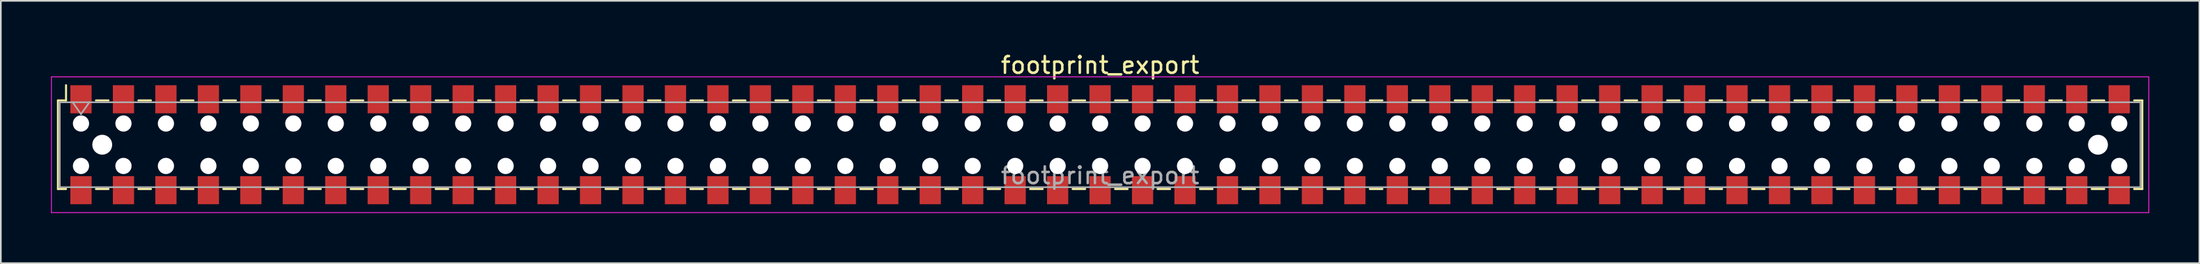
<source format=kicad_pcb>
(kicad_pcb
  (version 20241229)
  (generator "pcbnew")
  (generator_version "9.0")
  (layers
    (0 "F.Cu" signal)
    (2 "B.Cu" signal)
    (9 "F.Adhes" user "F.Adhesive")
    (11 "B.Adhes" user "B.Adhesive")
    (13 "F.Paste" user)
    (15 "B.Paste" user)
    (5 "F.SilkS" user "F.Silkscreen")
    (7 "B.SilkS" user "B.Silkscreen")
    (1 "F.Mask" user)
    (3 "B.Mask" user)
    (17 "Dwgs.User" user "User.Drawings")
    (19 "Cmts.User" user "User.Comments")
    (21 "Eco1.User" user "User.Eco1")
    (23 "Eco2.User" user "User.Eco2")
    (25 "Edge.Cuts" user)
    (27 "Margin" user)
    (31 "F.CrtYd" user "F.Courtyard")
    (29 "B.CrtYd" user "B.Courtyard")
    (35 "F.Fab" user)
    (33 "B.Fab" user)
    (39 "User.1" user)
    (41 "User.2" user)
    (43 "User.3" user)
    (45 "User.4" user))
  (footprint "footprint_export"
    (layer "F.Cu")
    (at 62.755 5.608)
    (property "Reference" "footprint_export" (at 0 -4.76 0) (layer "F.SilkS") (effects (font (size 1 1) (thickness 0.15))))
    (attr smd)
    (fp_line (start -62.34 -2.65) (end -62.34 2.65) (stroke (width 0.12) (type solid)) (layer "F.SilkS"))
    (fp_line (start -62.34 2.65) (end -61.855 2.65) (stroke (width 0.12) (type solid)) (layer "F.SilkS"))
    (fp_line (start -61.855 -3.56) (end -61.855 -2.65) (stroke (width 0.12) (type solid)) (layer "F.SilkS"))
    (fp_line (start -61.855 -2.65) (end -62.34 -2.65) (stroke (width 0.12) (type solid)) (layer "F.SilkS"))
    (fp_line (start -60.065 -2.65) (end -59.315 -2.65) (stroke (width 0.12) (type solid)) (layer "F.SilkS"))
    (fp_line (start -60.065 2.65) (end -59.315 2.65) (stroke (width 0.12) (type solid)) (layer "F.SilkS"))
    (fp_line (start -57.525 -2.65) (end -56.775 -2.65) (stroke (width 0.12) (type solid)) (layer "F.SilkS"))
    (fp_line (start -57.525 2.65) (end -56.775 2.65) (stroke (width 0.12) (type solid)) (layer "F.SilkS"))
    (fp_line (start -54.985 -2.65) (end -54.235 -2.65) (stroke (width 0.12) (type solid)) (layer "F.SilkS"))
    (fp_line (start -54.985 2.65) (end -54.235 2.65) (stroke (width 0.12) (type solid)) (layer "F.SilkS"))
    (fp_line (start -52.445 -2.65) (end -51.695 -2.65) (stroke (width 0.12) (type solid)) (layer "F.SilkS"))
    (fp_line (start -52.445 2.65) (end -51.695 2.65) (stroke (width 0.12) (type solid)) (layer "F.SilkS"))
    (fp_line (start -49.905 -2.65) (end -49.155 -2.65) (stroke (width 0.12) (type solid)) (layer "F.SilkS"))
    (fp_line (start -49.905 2.65) (end -49.155 2.65) (stroke (width 0.12) (type solid)) (layer "F.SilkS"))
    (fp_line (start -47.365 -2.65) (end -46.615 -2.65) (stroke (width 0.12) (type solid)) (layer "F.SilkS"))
    (fp_line (start -47.365 2.65) (end -46.615 2.65) (stroke (width 0.12) (type solid)) (layer "F.SilkS"))
    (fp_line (start -44.825 -2.65) (end -44.075 -2.65) (stroke (width 0.12) (type solid)) (layer "F.SilkS"))
    (fp_line (start -44.825 2.65) (end -44.075 2.65) (stroke (width 0.12) (type solid)) (layer "F.SilkS"))
    (fp_line (start -42.285 -2.65) (end -41.535 -2.65) (stroke (width 0.12) (type solid)) (layer "F.SilkS"))
    (fp_line (start -42.285 2.65) (end -41.535 2.65) (stroke (width 0.12) (type solid)) (layer "F.SilkS"))
    (fp_line (start -39.745 -2.65) (end -38.995 -2.65) (stroke (width 0.12) (type solid)) (layer "F.SilkS"))
    (fp_line (start -39.745 2.65) (end -38.995 2.65) (stroke (width 0.12) (type solid)) (layer "F.SilkS"))
    (fp_line (start -37.205 -2.65) (end -36.455 -2.65) (stroke (width 0.12) (type solid)) (layer "F.SilkS"))
    (fp_line (start -37.205 2.65) (end -36.455 2.65) (stroke (width 0.12) (type solid)) (layer "F.SilkS"))
    (fp_line (start -34.665 -2.65) (end -33.915 -2.65) (stroke (width 0.12) (type solid)) (layer "F.SilkS"))
    (fp_line (start -34.665 2.65) (end -33.915 2.65) (stroke (width 0.12) (type solid)) (layer "F.SilkS"))
    (fp_line (start -32.125 -2.65) (end -31.375 -2.65) (stroke (width 0.12) (type solid)) (layer "F.SilkS"))
    (fp_line (start -32.125 2.65) (end -31.375 2.65) (stroke (width 0.12) (type solid)) (layer "F.SilkS"))
    (fp_line (start -29.585 -2.65) (end -28.835 -2.65) (stroke (width 0.12) (type solid)) (layer "F.SilkS"))
    (fp_line (start -29.585 2.65) (end -28.835 2.65) (stroke (width 0.12) (type solid)) (layer "F.SilkS"))
    (fp_line (start -27.045 -2.65) (end -26.295 -2.65) (stroke (width 0.12) (type solid)) (layer "F.SilkS"))
    (fp_line (start -27.045 2.65) (end -26.295 2.65) (stroke (width 0.12) (type solid)) (layer "F.SilkS"))
    (fp_line (start -24.505 -2.65) (end -23.755 -2.65) (stroke (width 0.12) (type solid)) (layer "F.SilkS"))
    (fp_line (start -24.505 2.65) (end -23.755 2.65) (stroke (width 0.12) (type solid)) (layer "F.SilkS"))
    (fp_line (start -21.965 -2.65) (end -21.215 -2.65) (stroke (width 0.12) (type solid)) (layer "F.SilkS"))
    (fp_line (start -21.965 2.65) (end -21.215 2.65) (stroke (width 0.12) (type solid)) (layer "F.SilkS"))
    (fp_line (start -19.425 -2.65) (end -18.675 -2.65) (stroke (width 0.12) (type solid)) (layer "F.SilkS"))
    (fp_line (start -19.425 2.65) (end -18.675 2.65) (stroke (width 0.12) (type solid)) (layer "F.SilkS"))
    (fp_line (start -16.885 -2.65) (end -16.135 -2.65) (stroke (width 0.12) (type solid)) (layer "F.SilkS"))
    (fp_line (start -16.885 2.65) (end -16.135 2.65) (stroke (width 0.12) (type solid)) (layer "F.SilkS"))
    (fp_line (start -14.345 -2.65) (end -13.595 -2.65) (stroke (width 0.12) (type solid)) (layer "F.SilkS"))
    (fp_line (start -14.345 2.65) (end -13.595 2.65) (stroke (width 0.12) (type solid)) (layer "F.SilkS"))
    (fp_line (start -11.805 -2.65) (end -11.055 -2.65) (stroke (width 0.12) (type solid)) (layer "F.SilkS"))
    (fp_line (start -11.805 2.65) (end -11.055 2.65) (stroke (width 0.12) (type solid)) (layer "F.SilkS"))
    (fp_line (start -9.265 -2.65) (end -8.515 -2.65) (stroke (width 0.12) (type solid)) (layer "F.SilkS"))
    (fp_line (start -9.265 2.65) (end -8.515 2.65) (stroke (width 0.12) (type solid)) (layer "F.SilkS"))
    (fp_line (start -6.725 -2.65) (end -5.975 -2.65) (stroke (width 0.12) (type solid)) (layer "F.SilkS"))
    (fp_line (start -6.725 2.65) (end -5.975 2.65) (stroke (width 0.12) (type solid)) (layer "F.SilkS"))
    (fp_line (start -4.185 -2.65) (end -3.435 -2.65) (stroke (width 0.12) (type solid)) (layer "F.SilkS"))
    (fp_line (start -4.185 2.65) (end -3.435 2.65) (stroke (width 0.12) (type solid)) (layer "F.SilkS"))
    (fp_line (start -1.645 -2.65) (end -0.895 -2.65) (stroke (width 0.12) (type solid)) (layer "F.SilkS"))
    (fp_line (start -1.645 2.65) (end -0.895 2.65) (stroke (width 0.12) (type solid)) (layer "F.SilkS"))
    (fp_line (start 0.895 -2.65) (end 1.645 -2.65) (stroke (width 0.12) (type solid)) (layer "F.SilkS"))
    (fp_line (start 0.895 2.65) (end 1.645 2.65) (stroke (width 0.12) (type solid)) (layer "F.SilkS"))
    (fp_line (start 3.435 -2.65) (end 4.185 -2.65) (stroke (width 0.12) (type solid)) (layer "F.SilkS"))
    (fp_line (start 3.435 2.65) (end 4.185 2.65) (stroke (width 0.12) (type solid)) (layer "F.SilkS"))
    (fp_line (start 5.975 -2.65) (end 6.725 -2.65) (stroke (width 0.12) (type solid)) (layer "F.SilkS"))
    (fp_line (start 5.975 2.65) (end 6.725 2.65) (stroke (width 0.12) (type solid)) (layer "F.SilkS"))
    (fp_line (start 8.515 -2.65) (end 9.265 -2.65) (stroke (width 0.12) (type solid)) (layer "F.SilkS"))
    (fp_line (start 8.515 2.65) (end 9.265 2.65) (stroke (width 0.12) (type solid)) (layer "F.SilkS"))
    (fp_line (start 11.055 -2.65) (end 11.805 -2.65) (stroke (width 0.12) (type solid)) (layer "F.SilkS"))
    (fp_line (start 11.055 2.65) (end 11.805 2.65) (stroke (width 0.12) (type solid)) (layer "F.SilkS"))
    (fp_line (start 13.595 -2.65) (end 14.345 -2.65) (stroke (width 0.12) (type solid)) (layer "F.SilkS"))
    (fp_line (start 13.595 2.65) (end 14.345 2.65) (stroke (width 0.12) (type solid)) (layer "F.SilkS"))
    (fp_line (start 16.135 -2.65) (end 16.885 -2.65) (stroke (width 0.12) (type solid)) (layer "F.SilkS"))
    (fp_line (start 16.135 2.65) (end 16.885 2.65) (stroke (width 0.12) (type solid)) (layer "F.SilkS"))
    (fp_line (start 18.675 -2.65) (end 19.425 -2.65) (stroke (width 0.12) (type solid)) (layer "F.SilkS"))
    (fp_line (start 18.675 2.65) (end 19.425 2.65) (stroke (width 0.12) (type solid)) (layer "F.SilkS"))
    (fp_line (start 21.215 -2.65) (end 21.965 -2.65) (stroke (width 0.12) (type solid)) (layer "F.SilkS"))
    (fp_line (start 21.215 2.65) (end 21.965 2.65) (stroke (width 0.12) (type solid)) (layer "F.SilkS"))
    (fp_line (start 23.755 -2.65) (end 24.505 -2.65) (stroke (width 0.12) (type solid)) (layer "F.SilkS"))
    (fp_line (start 23.755 2.65) (end 24.505 2.65) (stroke (width 0.12) (type solid)) (layer "F.SilkS"))
    (fp_line (start 26.295 -2.65) (end 27.045 -2.65) (stroke (width 0.12) (type solid)) (layer "F.SilkS"))
    (fp_line (start 26.295 2.65) (end 27.045 2.65) (stroke (width 0.12) (type solid)) (layer "F.SilkS"))
    (fp_line (start 28.835 -2.65) (end 29.585 -2.65) (stroke (width 0.12) (type solid)) (layer "F.SilkS"))
    (fp_line (start 28.835 2.65) (end 29.585 2.65) (stroke (width 0.12) (type solid)) (layer "F.SilkS"))
    (fp_line (start 31.375 -2.65) (end 32.125 -2.65) (stroke (width 0.12) (type solid)) (layer "F.SilkS"))
    (fp_line (start 31.375 2.65) (end 32.125 2.65) (stroke (width 0.12) (type solid)) (layer "F.SilkS"))
    (fp_line (start 33.915 -2.65) (end 34.665 -2.65) (stroke (width 0.12) (type solid)) (layer "F.SilkS"))
    (fp_line (start 33.915 2.65) (end 34.665 2.65) (stroke (width 0.12) (type solid)) (layer "F.SilkS"))
    (fp_line (start 36.455 -2.65) (end 37.205 -2.65) (stroke (width 0.12) (type solid)) (layer "F.SilkS"))
    (fp_line (start 36.455 2.65) (end 37.205 2.65) (stroke (width 0.12) (type solid)) (layer "F.SilkS"))
    (fp_line (start 38.995 -2.65) (end 39.745 -2.65) (stroke (width 0.12) (type solid)) (layer "F.SilkS"))
    (fp_line (start 38.995 2.65) (end 39.745 2.65) (stroke (width 0.12) (type solid)) (layer "F.SilkS"))
    (fp_line (start 41.535 -2.65) (end 42.285 -2.65) (stroke (width 0.12) (type solid)) (layer "F.SilkS"))
    (fp_line (start 41.535 2.65) (end 42.285 2.65) (stroke (width 0.12) (type solid)) (layer "F.SilkS"))
    (fp_line (start 44.075 -2.65) (end 44.825 -2.65) (stroke (width 0.12) (type solid)) (layer "F.SilkS"))
    (fp_line (start 44.075 2.65) (end 44.825 2.65) (stroke (width 0.12) (type solid)) (layer "F.SilkS"))
    (fp_line (start 46.615 -2.65) (end 47.365 -2.65) (stroke (width 0.12) (type solid)) (layer "F.SilkS"))
    (fp_line (start 46.615 2.65) (end 47.365 2.65) (stroke (width 0.12) (type solid)) (layer "F.SilkS"))
    (fp_line (start 49.155 -2.65) (end 49.905 -2.65) (stroke (width 0.12) (type solid)) (layer "F.SilkS"))
    (fp_line (start 49.155 2.65) (end 49.905 2.65) (stroke (width 0.12) (type solid)) (layer "F.SilkS"))
    (fp_line (start 51.695 -2.65) (end 52.445 -2.65) (stroke (width 0.12) (type solid)) (layer "F.SilkS"))
    (fp_line (start 51.695 2.65) (end 52.445 2.65) (stroke (width 0.12) (type solid)) (layer "F.SilkS"))
    (fp_line (start 54.235 -2.65) (end 54.985 -2.65) (stroke (width 0.12) (type solid)) (layer "F.SilkS"))
    (fp_line (start 54.235 2.65) (end 54.985 2.65) (stroke (width 0.12) (type solid)) (layer "F.SilkS"))
    (fp_line (start 56.775 -2.65) (end 57.525 -2.65) (stroke (width 0.12) (type solid)) (layer "F.SilkS"))
    (fp_line (start 56.775 2.65) (end 57.525 2.65) (stroke (width 0.12) (type solid)) (layer "F.SilkS"))
    (fp_line (start 59.315 -2.65) (end 60.065 -2.65) (stroke (width 0.12) (type solid)) (layer "F.SilkS"))
    (fp_line (start 59.315 2.65) (end 60.065 2.65) (stroke (width 0.12) (type solid)) (layer "F.SilkS"))
    (fp_line (start 61.855 -2.65) (end 62.34 -2.65) (stroke (width 0.12) (type solid)) (layer "F.SilkS"))
    (fp_line (start 62.34 -2.65) (end 62.34 2.65) (stroke (width 0.12) (type solid)) (layer "F.SilkS"))
    (fp_line (start 62.34 2.65) (end 61.855 2.65) (stroke (width 0.12) (type solid)) (layer "F.SilkS"))
    (fp_line (start -62.73 -4.06) (end 62.73 -4.06) (stroke (width 0.05) (type solid)) (layer "F.CrtYd"))
    (fp_line (start -62.73 4.06) (end -62.73 -4.06) (stroke (width 0.05) (type solid)) (layer "F.CrtYd"))
    (fp_line (start 62.73 -4.06) (end 62.73 4.06) (stroke (width 0.05) (type solid)) (layer "F.CrtYd"))
    (fp_line (start 62.73 4.06) (end -62.73 4.06) (stroke (width 0.05) (type solid)) (layer "F.CrtYd"))
    (fp_line (start -62.23 -2.54) (end 62.23 -2.54) (stroke (width 0.1) (type solid)) (layer "F.Fab"))
    (fp_line (start -62.23 2.54) (end -62.23 -2.54) (stroke (width 0.1) (type solid)) (layer "F.Fab"))
    (fp_line (start -61.46 -2.54) (end -60.96 -1.833) (stroke (width 0.1) (type solid)) (layer "F.Fab"))
    (fp_line (start -60.96 -1.833) (end -60.46 -2.54) (stroke (width 0.1) (type solid)) (layer "F.Fab"))
    (fp_line (start 62.23 -2.54) (end 62.23 2.54) (stroke (width 0.1) (type solid)) (layer "F.Fab"))
    (fp_line (start 62.23 2.54) (end -62.23 2.54) (stroke (width 0.1) (type solid)) (layer "F.Fab"))
    (fp_text user "${REFERENCE}" (at 0 1.84 0) (layer "F.Fab") (effects (font (size 1 1) (thickness 0.15))))
    (pad "" np_thru_hole circle (at -60.96 -1.27) (size 0.97 0.97) (drill 0.97) (layers "*.Cu" "*.Mask"))
    (pad "" np_thru_hole circle (at -60.96 1.27) (size 0.97 0.97) (drill 0.97) (layers "*.Cu" "*.Mask"))
    (pad "" np_thru_hole circle (at -59.69 0) (size 1.19 1.19) (drill 1.19) (layers "*.Cu" "*.Mask"))
    (pad "" np_thru_hole circle (at -58.42 -1.27) (size 0.97 0.97) (drill 0.97) (layers "*.Cu" "*.Mask"))
    (pad "" np_thru_hole circle (at -58.42 1.27) (size 0.97 0.97) (drill 0.97) (layers "*.Cu" "*.Mask"))
    (pad "" np_thru_hole circle (at -55.88 -1.27) (size 0.97 0.97) (drill 0.97) (layers "*.Cu" "*.Mask"))
    (pad "" np_thru_hole circle (at -55.88 1.27) (size 0.97 0.97) (drill 0.97) (layers "*.Cu" "*.Mask"))
    (pad "" np_thru_hole circle (at -53.34 -1.27) (size 0.97 0.97) (drill 0.97) (layers "*.Cu" "*.Mask"))
    (pad "" np_thru_hole circle (at -53.34 1.27) (size 0.97 0.97) (drill 0.97) (layers "*.Cu" "*.Mask"))
    (pad "" np_thru_hole circle (at -50.8 -1.27) (size 0.97 0.97) (drill 0.97) (layers "*.Cu" "*.Mask"))
    (pad "" np_thru_hole circle (at -50.8 1.27) (size 0.97 0.97) (drill 0.97) (layers "*.Cu" "*.Mask"))
    (pad "" np_thru_hole circle (at -48.26 -1.27) (size 0.97 0.97) (drill 0.97) (layers "*.Cu" "*.Mask"))
    (pad "" np_thru_hole circle (at -48.26 1.27) (size 0.97 0.97) (drill 0.97) (layers "*.Cu" "*.Mask"))
    (pad "" np_thru_hole circle (at -45.72 -1.27) (size 0.97 0.97) (drill 0.97) (layers "*.Cu" "*.Mask"))
    (pad "" np_thru_hole circle (at -45.72 1.27) (size 0.97 0.97) (drill 0.97) (layers "*.Cu" "*.Mask"))
    (pad "" np_thru_hole circle (at -43.18 -1.27) (size 0.97 0.97) (drill 0.97) (layers "*.Cu" "*.Mask"))
    (pad "" np_thru_hole circle (at -43.18 1.27) (size 0.97 0.97) (drill 0.97) (layers "*.Cu" "*.Mask"))
    (pad "" np_thru_hole circle (at -40.64 -1.27) (size 0.97 0.97) (drill 0.97) (layers "*.Cu" "*.Mask"))
    (pad "" np_thru_hole circle (at -40.64 1.27) (size 0.97 0.97) (drill 0.97) (layers "*.Cu" "*.Mask"))
    (pad "" np_thru_hole circle (at -38.1 -1.27) (size 0.97 0.97) (drill 0.97) (layers "*.Cu" "*.Mask"))
    (pad "" np_thru_hole circle (at -38.1 1.27) (size 0.97 0.97) (drill 0.97) (layers "*.Cu" "*.Mask"))
    (pad "" np_thru_hole circle (at -35.56 -1.27) (size 0.97 0.97) (drill 0.97) (layers "*.Cu" "*.Mask"))
    (pad "" np_thru_hole circle (at -35.56 1.27) (size 0.97 0.97) (drill 0.97) (layers "*.Cu" "*.Mask"))
    (pad "" np_thru_hole circle (at -33.02 -1.27) (size 0.97 0.97) (drill 0.97) (layers "*.Cu" "*.Mask"))
    (pad "" np_thru_hole circle (at -33.02 1.27) (size 0.97 0.97) (drill 0.97) (layers "*.Cu" "*.Mask"))
    (pad "" np_thru_hole circle (at -30.48 -1.27) (size 0.97 0.97) (drill 0.97) (layers "*.Cu" "*.Mask"))
    (pad "" np_thru_hole circle (at -30.48 1.27) (size 0.97 0.97) (drill 0.97) (layers "*.Cu" "*.Mask"))
    (pad "" np_thru_hole circle (at -27.94 -1.27) (size 0.97 0.97) (drill 0.97) (layers "*.Cu" "*.Mask"))
    (pad "" np_thru_hole circle (at -27.94 1.27) (size 0.97 0.97) (drill 0.97) (layers "*.Cu" "*.Mask"))
    (pad "" np_thru_hole circle (at -25.4 -1.27) (size 0.97 0.97) (drill 0.97) (layers "*.Cu" "*.Mask"))
    (pad "" np_thru_hole circle (at -25.4 1.27) (size 0.97 0.97) (drill 0.97) (layers "*.Cu" "*.Mask"))
    (pad "" np_thru_hole circle (at -22.86 -1.27) (size 0.97 0.97) (drill 0.97) (layers "*.Cu" "*.Mask"))
    (pad "" np_thru_hole circle (at -22.86 1.27) (size 0.97 0.97) (drill 0.97) (layers "*.Cu" "*.Mask"))
    (pad "" np_thru_hole circle (at -20.32 -1.27) (size 0.97 0.97) (drill 0.97) (layers "*.Cu" "*.Mask"))
    (pad "" np_thru_hole circle (at -20.32 1.27) (size 0.97 0.97) (drill 0.97) (layers "*.Cu" "*.Mask"))
    (pad "" np_thru_hole circle (at -17.78 -1.27) (size 0.97 0.97) (drill 0.97) (layers "*.Cu" "*.Mask"))
    (pad "" np_thru_hole circle (at -17.78 1.27) (size 0.97 0.97) (drill 0.97) (layers "*.Cu" "*.Mask"))
    (pad "" np_thru_hole circle (at -15.24 -1.27) (size 0.97 0.97) (drill 0.97) (layers "*.Cu" "*.Mask"))
    (pad "" np_thru_hole circle (at -15.24 1.27) (size 0.97 0.97) (drill 0.97) (layers "*.Cu" "*.Mask"))
    (pad "" np_thru_hole circle (at -12.7 -1.27) (size 0.97 0.97) (drill 0.97) (layers "*.Cu" "*.Mask"))
    (pad "" np_thru_hole circle (at -12.7 1.27) (size 0.97 0.97) (drill 0.97) (layers "*.Cu" "*.Mask"))
    (pad "" np_thru_hole circle (at -10.16 -1.27) (size 0.97 0.97) (drill 0.97) (layers "*.Cu" "*.Mask"))
    (pad "" np_thru_hole circle (at -10.16 1.27) (size 0.97 0.97) (drill 0.97) (layers "*.Cu" "*.Mask"))
    (pad "" np_thru_hole circle (at -7.62 -1.27) (size 0.97 0.97) (drill 0.97) (layers "*.Cu" "*.Mask"))
    (pad "" np_thru_hole circle (at -7.62 1.27) (size 0.97 0.97) (drill 0.97) (layers "*.Cu" "*.Mask"))
    (pad "" np_thru_hole circle (at -5.08 -1.27) (size 0.97 0.97) (drill 0.97) (layers "*.Cu" "*.Mask"))
    (pad "" np_thru_hole circle (at -5.08 1.27) (size 0.97 0.97) (drill 0.97) (layers "*.Cu" "*.Mask"))
    (pad "" np_thru_hole circle (at -2.54 -1.27) (size 0.97 0.97) (drill 0.97) (layers "*.Cu" "*.Mask"))
    (pad "" np_thru_hole circle (at -2.54 1.27) (size 0.97 0.97) (drill 0.97) (layers "*.Cu" "*.Mask"))
    (pad "" np_thru_hole circle (at 0 -1.27) (size 0.97 0.97) (drill 0.97) (layers "*.Cu" "*.Mask"))
    (pad "" np_thru_hole circle (at 0 1.27) (size 0.97 0.97) (drill 0.97) (layers "*.Cu" "*.Mask"))
    (pad "" np_thru_hole circle (at 2.54 -1.27) (size 0.97 0.97) (drill 0.97) (layers "*.Cu" "*.Mask"))
    (pad "" np_thru_hole circle (at 2.54 1.27) (size 0.97 0.97) (drill 0.97) (layers "*.Cu" "*.Mask"))
    (pad "" np_thru_hole circle (at 5.08 -1.27) (size 0.97 0.97) (drill 0.97) (layers "*.Cu" "*.Mask"))
    (pad "" np_thru_hole circle (at 5.08 1.27) (size 0.97 0.97) (drill 0.97) (layers "*.Cu" "*.Mask"))
    (pad "" np_thru_hole circle (at 7.62 -1.27) (size 0.97 0.97) (drill 0.97) (layers "*.Cu" "*.Mask"))
    (pad "" np_thru_hole circle (at 7.62 1.27) (size 0.97 0.97) (drill 0.97) (layers "*.Cu" "*.Mask"))
    (pad "" np_thru_hole circle (at 10.16 -1.27) (size 0.97 0.97) (drill 0.97) (layers "*.Cu" "*.Mask"))
    (pad "" np_thru_hole circle (at 10.16 1.27) (size 0.97 0.97) (drill 0.97) (layers "*.Cu" "*.Mask"))
    (pad "" np_thru_hole circle (at 12.7 -1.27) (size 0.97 0.97) (drill 0.97) (layers "*.Cu" "*.Mask"))
    (pad "" np_thru_hole circle (at 12.7 1.27) (size 0.97 0.97) (drill 0.97) (layers "*.Cu" "*.Mask"))
    (pad "" np_thru_hole circle (at 15.24 -1.27) (size 0.97 0.97) (drill 0.97) (layers "*.Cu" "*.Mask"))
    (pad "" np_thru_hole circle (at 15.24 1.27) (size 0.97 0.97) (drill 0.97) (layers "*.Cu" "*.Mask"))
    (pad "" np_thru_hole circle (at 17.78 -1.27) (size 0.97 0.97) (drill 0.97) (layers "*.Cu" "*.Mask"))
    (pad "" np_thru_hole circle (at 17.78 1.27) (size 0.97 0.97) (drill 0.97) (layers "*.Cu" "*.Mask"))
    (pad "" np_thru_hole circle (at 20.32 -1.27) (size 0.97 0.97) (drill 0.97) (layers "*.Cu" "*.Mask"))
    (pad "" np_thru_hole circle (at 20.32 1.27) (size 0.97 0.97) (drill 0.97) (layers "*.Cu" "*.Mask"))
    (pad "" np_thru_hole circle (at 22.86 -1.27) (size 0.97 0.97) (drill 0.97) (layers "*.Cu" "*.Mask"))
    (pad "" np_thru_hole circle (at 22.86 1.27) (size 0.97 0.97) (drill 0.97) (layers "*.Cu" "*.Mask"))
    (pad "" np_thru_hole circle (at 25.4 -1.27) (size 0.97 0.97) (drill 0.97) (layers "*.Cu" "*.Mask"))
    (pad "" np_thru_hole circle (at 25.4 1.27) (size 0.97 0.97) (drill 0.97) (layers "*.Cu" "*.Mask"))
    (pad "" np_thru_hole circle (at 27.94 -1.27) (size 0.97 0.97) (drill 0.97) (layers "*.Cu" "*.Mask"))
    (pad "" np_thru_hole circle (at 27.94 1.27) (size 0.97 0.97) (drill 0.97) (layers "*.Cu" "*.Mask"))
    (pad "" np_thru_hole circle (at 30.48 -1.27) (size 0.97 0.97) (drill 0.97) (layers "*.Cu" "*.Mask"))
    (pad "" np_thru_hole circle (at 30.48 1.27) (size 0.97 0.97) (drill 0.97) (layers "*.Cu" "*.Mask"))
    (pad "" np_thru_hole circle (at 33.02 -1.27) (size 0.97 0.97) (drill 0.97) (layers "*.Cu" "*.Mask"))
    (pad "" np_thru_hole circle (at 33.02 1.27) (size 0.97 0.97) (drill 0.97) (layers "*.Cu" "*.Mask"))
    (pad "" np_thru_hole circle (at 35.56 -1.27) (size 0.97 0.97) (drill 0.97) (layers "*.Cu" "*.Mask"))
    (pad "" np_thru_hole circle (at 35.56 1.27) (size 0.97 0.97) (drill 0.97) (layers "*.Cu" "*.Mask"))
    (pad "" np_thru_hole circle (at 38.1 -1.27) (size 0.97 0.97) (drill 0.97) (layers "*.Cu" "*.Mask"))
    (pad "" np_thru_hole circle (at 38.1 1.27) (size 0.97 0.97) (drill 0.97) (layers "*.Cu" "*.Mask"))
    (pad "" np_thru_hole circle (at 40.64 -1.27) (size 0.97 0.97) (drill 0.97) (layers "*.Cu" "*.Mask"))
    (pad "" np_thru_hole circle (at 40.64 1.27) (size 0.97 0.97) (drill 0.97) (layers "*.Cu" "*.Mask"))
    (pad "" np_thru_hole circle (at 43.18 -1.27) (size 0.97 0.97) (drill 0.97) (layers "*.Cu" "*.Mask"))
    (pad "" np_thru_hole circle (at 43.18 1.27) (size 0.97 0.97) (drill 0.97) (layers "*.Cu" "*.Mask"))
    (pad "" np_thru_hole circle (at 45.72 -1.27) (size 0.97 0.97) (drill 0.97) (layers "*.Cu" "*.Mask"))
    (pad "" np_thru_hole circle (at 45.72 1.27) (size 0.97 0.97) (drill 0.97) (layers "*.Cu" "*.Mask"))
    (pad "" np_thru_hole circle (at 48.26 -1.27) (size 0.97 0.97) (drill 0.97) (layers "*.Cu" "*.Mask"))
    (pad "" np_thru_hole circle (at 48.26 1.27) (size 0.97 0.97) (drill 0.97) (layers "*.Cu" "*.Mask"))
    (pad "" np_thru_hole circle (at 50.8 -1.27) (size 0.97 0.97) (drill 0.97) (layers "*.Cu" "*.Mask"))
    (pad "" np_thru_hole circle (at 50.8 1.27) (size 0.97 0.97) (drill 0.97) (layers "*.Cu" "*.Mask"))
    (pad "" np_thru_hole circle (at 53.34 -1.27) (size 0.97 0.97) (drill 0.97) (layers "*.Cu" "*.Mask"))
    (pad "" np_thru_hole circle (at 53.34 1.27) (size 0.97 0.97) (drill 0.97) (layers "*.Cu" "*.Mask"))
    (pad "" np_thru_hole circle (at 55.88 -1.27) (size 0.97 0.97) (drill 0.97) (layers "*.Cu" "*.Mask"))
    (pad "" np_thru_hole circle (at 55.88 1.27) (size 0.97 0.97) (drill 0.97) (layers "*.Cu" "*.Mask"))
    (pad "" np_thru_hole circle (at 58.42 -1.27) (size 0.97 0.97) (drill 0.97) (layers "*.Cu" "*.Mask"))
    (pad "" np_thru_hole circle (at 58.42 1.27) (size 0.97 0.97) (drill 0.97) (layers "*.Cu" "*.Mask"))
    (pad "" np_thru_hole circle (at 59.69 0) (size 1.19 1.19) (drill 1.19) (layers "*.Cu" "*.Mask"))
    (pad "" np_thru_hole circle (at 60.96 -1.27) (size 0.97 0.97) (drill 0.97) (layers "*.Cu" "*.Mask"))
    (pad "" np_thru_hole circle (at 60.96 1.27) (size 0.97 0.97) (drill 0.97) (layers "*.Cu" "*.Mask"))
    (pad "1" smd rect (at -60.96 -2.72) (size 1.27 1.68) (layers "F.Cu" "F.Mask" "F.Paste"))
    (pad "2" smd rect (at -60.96 2.72) (size 1.27 1.68) (layers "F.Cu" "F.Mask" "F.Paste"))
    (pad "3" smd rect (at -58.42 -2.72) (size 1.27 1.68) (layers "F.Cu" "F.Mask" "F.Paste"))
    (pad "4" smd rect (at -58.42 2.72) (size 1.27 1.68) (layers "F.Cu" "F.Mask" "F.Paste"))
    (pad "5" smd rect (at -55.88 -2.72) (size 1.27 1.68) (layers "F.Cu" "F.Mask" "F.Paste"))
    (pad "6" smd rect (at -55.88 2.72) (size 1.27 1.68) (layers "F.Cu" "F.Mask" "F.Paste"))
    (pad "7" smd rect (at -53.34 -2.72) (size 1.27 1.68) (layers "F.Cu" "F.Mask" "F.Paste"))
    (pad "8" smd rect (at -53.34 2.72) (size 1.27 1.68) (layers "F.Cu" "F.Mask" "F.Paste"))
    (pad "9" smd rect (at -50.8 -2.72) (size 1.27 1.68) (layers "F.Cu" "F.Mask" "F.Paste"))
    (pad "10" smd rect (at -50.8 2.72) (size 1.27 1.68) (layers "F.Cu" "F.Mask" "F.Paste"))
    (pad "11" smd rect (at -48.26 -2.72) (size 1.27 1.68) (layers "F.Cu" "F.Mask" "F.Paste"))
    (pad "12" smd rect (at -48.26 2.72) (size 1.27 1.68) (layers "F.Cu" "F.Mask" "F.Paste"))
    (pad "13" smd rect (at -45.72 -2.72) (size 1.27 1.68) (layers "F.Cu" "F.Mask" "F.Paste"))
    (pad "14" smd rect (at -45.72 2.72) (size 1.27 1.68) (layers "F.Cu" "F.Mask" "F.Paste"))
    (pad "15" smd rect (at -43.18 -2.72) (size 1.27 1.68) (layers "F.Cu" "F.Mask" "F.Paste"))
    (pad "16" smd rect (at -43.18 2.72) (size 1.27 1.68) (layers "F.Cu" "F.Mask" "F.Paste"))
    (pad "17" smd rect (at -40.64 -2.72) (size 1.27 1.68) (layers "F.Cu" "F.Mask" "F.Paste"))
    (pad "18" smd rect (at -40.64 2.72) (size 1.27 1.68) (layers "F.Cu" "F.Mask" "F.Paste"))
    (pad "19" smd rect (at -38.1 -2.72) (size 1.27 1.68) (layers "F.Cu" "F.Mask" "F.Paste"))
    (pad "20" smd rect (at -38.1 2.72) (size 1.27 1.68) (layers "F.Cu" "F.Mask" "F.Paste"))
    (pad "21" smd rect (at -35.56 -2.72) (size 1.27 1.68) (layers "F.Cu" "F.Mask" "F.Paste"))
    (pad "22" smd rect (at -35.56 2.72) (size 1.27 1.68) (layers "F.Cu" "F.Mask" "F.Paste"))
    (pad "23" smd rect (at -33.02 -2.72) (size 1.27 1.68) (layers "F.Cu" "F.Mask" "F.Paste"))
    (pad "24" smd rect (at -33.02 2.72) (size 1.27 1.68) (layers "F.Cu" "F.Mask" "F.Paste"))
    (pad "25" smd rect (at -30.48 -2.72) (size 1.27 1.68) (layers "F.Cu" "F.Mask" "F.Paste"))
    (pad "26" smd rect (at -30.48 2.72) (size 1.27 1.68) (layers "F.Cu" "F.Mask" "F.Paste"))
    (pad "27" smd rect (at -27.94 -2.72) (size 1.27 1.68) (layers "F.Cu" "F.Mask" "F.Paste"))
    (pad "28" smd rect (at -27.94 2.72) (size 1.27 1.68) (layers "F.Cu" "F.Mask" "F.Paste"))
    (pad "29" smd rect (at -25.4 -2.72) (size 1.27 1.68) (layers "F.Cu" "F.Mask" "F.Paste"))
    (pad "30" smd rect (at -25.4 2.72) (size 1.27 1.68) (layers "F.Cu" "F.Mask" "F.Paste"))
    (pad "31" smd rect (at -22.86 -2.72) (size 1.27 1.68) (layers "F.Cu" "F.Mask" "F.Paste"))
    (pad "32" smd rect (at -22.86 2.72) (size 1.27 1.68) (layers "F.Cu" "F.Mask" "F.Paste"))
    (pad "33" smd rect (at -20.32 -2.72) (size 1.27 1.68) (layers "F.Cu" "F.Mask" "F.Paste"))
    (pad "34" smd rect (at -20.32 2.72) (size 1.27 1.68) (layers "F.Cu" "F.Mask" "F.Paste"))
    (pad "35" smd rect (at -17.78 -2.72) (size 1.27 1.68) (layers "F.Cu" "F.Mask" "F.Paste"))
    (pad "36" smd rect (at -17.78 2.72) (size 1.27 1.68) (layers "F.Cu" "F.Mask" "F.Paste"))
    (pad "37" smd rect (at -15.24 -2.72) (size 1.27 1.68) (layers "F.Cu" "F.Mask" "F.Paste"))
    (pad "38" smd rect (at -15.24 2.72) (size 1.27 1.68) (layers "F.Cu" "F.Mask" "F.Paste"))
    (pad "39" smd rect (at -12.7 -2.72) (size 1.27 1.68) (layers "F.Cu" "F.Mask" "F.Paste"))
    (pad "40" smd rect (at -12.7 2.72) (size 1.27 1.68) (layers "F.Cu" "F.Mask" "F.Paste"))
    (pad "41" smd rect (at -10.16 -2.72) (size 1.27 1.68) (layers "F.Cu" "F.Mask" "F.Paste"))
    (pad "42" smd rect (at -10.16 2.72) (size 1.27 1.68) (layers "F.Cu" "F.Mask" "F.Paste"))
    (pad "43" smd rect (at -7.62 -2.72) (size 1.27 1.68) (layers "F.Cu" "F.Mask" "F.Paste"))
    (pad "44" smd rect (at -7.62 2.72) (size 1.27 1.68) (layers "F.Cu" "F.Mask" "F.Paste"))
    (pad "45" smd rect (at -5.08 -2.72) (size 1.27 1.68) (layers "F.Cu" "F.Mask" "F.Paste"))
    (pad "46" smd rect (at -5.08 2.72) (size 1.27 1.68) (layers "F.Cu" "F.Mask" "F.Paste"))
    (pad "47" smd rect (at -2.54 -2.72) (size 1.27 1.68) (layers "F.Cu" "F.Mask" "F.Paste"))
    (pad "48" smd rect (at -2.54 2.72) (size 1.27 1.68) (layers "F.Cu" "F.Mask" "F.Paste"))
    (pad "49" smd rect (at 0 -2.72) (size 1.27 1.68) (layers "F.Cu" "F.Mask" "F.Paste"))
    (pad "50" smd rect (at 0 2.72) (size 1.27 1.68) (layers "F.Cu" "F.Mask" "F.Paste"))
    (pad "51" smd rect (at 2.54 -2.72) (size 1.27 1.68) (layers "F.Cu" "F.Mask" "F.Paste"))
    (pad "52" smd rect (at 2.54 2.72) (size 1.27 1.68) (layers "F.Cu" "F.Mask" "F.Paste"))
    (pad "53" smd rect (at 5.08 -2.72) (size 1.27 1.68) (layers "F.Cu" "F.Mask" "F.Paste"))
    (pad "54" smd rect (at 5.08 2.72) (size 1.27 1.68) (layers "F.Cu" "F.Mask" "F.Paste"))
    (pad "55" smd rect (at 7.62 -2.72) (size 1.27 1.68) (layers "F.Cu" "F.Mask" "F.Paste"))
    (pad "56" smd rect (at 7.62 2.72) (size 1.27 1.68) (layers "F.Cu" "F.Mask" "F.Paste"))
    (pad "57" smd rect (at 10.16 -2.72) (size 1.27 1.68) (layers "F.Cu" "F.Mask" "F.Paste"))
    (pad "58" smd rect (at 10.16 2.72) (size 1.27 1.68) (layers "F.Cu" "F.Mask" "F.Paste"))
    (pad "59" smd rect (at 12.7 -2.72) (size 1.27 1.68) (layers "F.Cu" "F.Mask" "F.Paste"))
    (pad "60" smd rect (at 12.7 2.72) (size 1.27 1.68) (layers "F.Cu" "F.Mask" "F.Paste"))
    (pad "61" smd rect (at 15.24 -2.72) (size 1.27 1.68) (layers "F.Cu" "F.Mask" "F.Paste"))
    (pad "62" smd rect (at 15.24 2.72) (size 1.27 1.68) (layers "F.Cu" "F.Mask" "F.Paste"))
    (pad "63" smd rect (at 17.78 -2.72) (size 1.27 1.68) (layers "F.Cu" "F.Mask" "F.Paste"))
    (pad "64" smd rect (at 17.78 2.72) (size 1.27 1.68) (layers "F.Cu" "F.Mask" "F.Paste"))
    (pad "65" smd rect (at 20.32 -2.72) (size 1.27 1.68) (layers "F.Cu" "F.Mask" "F.Paste"))
    (pad "66" smd rect (at 20.32 2.72) (size 1.27 1.68) (layers "F.Cu" "F.Mask" "F.Paste"))
    (pad "67" smd rect (at 22.86 -2.72) (size 1.27 1.68) (layers "F.Cu" "F.Mask" "F.Paste"))
    (pad "68" smd rect (at 22.86 2.72) (size 1.27 1.68) (layers "F.Cu" "F.Mask" "F.Paste"))
    (pad "69" smd rect (at 25.4 -2.72) (size 1.27 1.68) (layers "F.Cu" "F.Mask" "F.Paste"))
    (pad "70" smd rect (at 25.4 2.72) (size 1.27 1.68) (layers "F.Cu" "F.Mask" "F.Paste"))
    (pad "71" smd rect (at 27.94 -2.72) (size 1.27 1.68) (layers "F.Cu" "F.Mask" "F.Paste"))
    (pad "72" smd rect (at 27.94 2.72) (size 1.27 1.68) (layers "F.Cu" "F.Mask" "F.Paste"))
    (pad "73" smd rect (at 30.48 -2.72) (size 1.27 1.68) (layers "F.Cu" "F.Mask" "F.Paste"))
    (pad "74" smd rect (at 30.48 2.72) (size 1.27 1.68) (layers "F.Cu" "F.Mask" "F.Paste"))
    (pad "75" smd rect (at 33.02 -2.72) (size 1.27 1.68) (layers "F.Cu" "F.Mask" "F.Paste"))
    (pad "76" smd rect (at 33.02 2.72) (size 1.27 1.68) (layers "F.Cu" "F.Mask" "F.Paste"))
    (pad "77" smd rect (at 35.56 -2.72) (size 1.27 1.68) (layers "F.Cu" "F.Mask" "F.Paste"))
    (pad "78" smd rect (at 35.56 2.72) (size 1.27 1.68) (layers "F.Cu" "F.Mask" "F.Paste"))
    (pad "79" smd rect (at 38.1 -2.72) (size 1.27 1.68) (layers "F.Cu" "F.Mask" "F.Paste"))
    (pad "80" smd rect (at 38.1 2.72) (size 1.27 1.68) (layers "F.Cu" "F.Mask" "F.Paste"))
    (pad "81" smd rect (at 40.64 -2.72) (size 1.27 1.68) (layers "F.Cu" "F.Mask" "F.Paste"))
    (pad "82" smd rect (at 40.64 2.72) (size 1.27 1.68) (layers "F.Cu" "F.Mask" "F.Paste"))
    (pad "83" smd rect (at 43.18 -2.72) (size 1.27 1.68) (layers "F.Cu" "F.Mask" "F.Paste"))
    (pad "84" smd rect (at 43.18 2.72) (size 1.27 1.68) (layers "F.Cu" "F.Mask" "F.Paste"))
    (pad "85" smd rect (at 45.72 -2.72) (size 1.27 1.68) (layers "F.Cu" "F.Mask" "F.Paste"))
    (pad "86" smd rect (at 45.72 2.72) (size 1.27 1.68) (layers "F.Cu" "F.Mask" "F.Paste"))
    (pad "87" smd rect (at 48.26 -2.72) (size 1.27 1.68) (layers "F.Cu" "F.Mask" "F.Paste"))
    (pad "88" smd rect (at 48.26 2.72) (size 1.27 1.68) (layers "F.Cu" "F.Mask" "F.Paste"))
    (pad "89" smd rect (at 50.8 -2.72) (size 1.27 1.68) (layers "F.Cu" "F.Mask" "F.Paste"))
    (pad "90" smd rect (at 50.8 2.72) (size 1.27 1.68) (layers "F.Cu" "F.Mask" "F.Paste"))
    (pad "91" smd rect (at 53.34 -2.72) (size 1.27 1.68) (layers "F.Cu" "F.Mask" "F.Paste"))
    (pad "92" smd rect (at 53.34 2.72) (size 1.27 1.68) (layers "F.Cu" "F.Mask" "F.Paste"))
    (pad "93" smd rect (at 55.88 -2.72) (size 1.27 1.68) (layers "F.Cu" "F.Mask" "F.Paste"))
    (pad "94" smd rect (at 55.88 2.72) (size 1.27 1.68) (layers "F.Cu" "F.Mask" "F.Paste"))
    (pad "95" smd rect (at 58.42 -2.72) (size 1.27 1.68) (layers "F.Cu" "F.Mask" "F.Paste"))
    (pad "96" smd rect (at 58.42 2.72) (size 1.27 1.68) (layers "F.Cu" "F.Mask" "F.Paste"))
    (pad "97" smd rect (at 60.96 -2.72) (size 1.27 1.68) (layers "F.Cu" "F.Mask" "F.Paste"))
    (pad "98" smd rect (at 60.96 2.72) (size 1.27 1.68) (layers "F.Cu" "F.Mask" "F.Paste")))
  (gr_rect
    (start -3 -3)
    (end 128.51 12.693)
    (stroke (width 0.1) (type default))
    (fill no)
    (layer "Edge.Cuts")))
</source>
